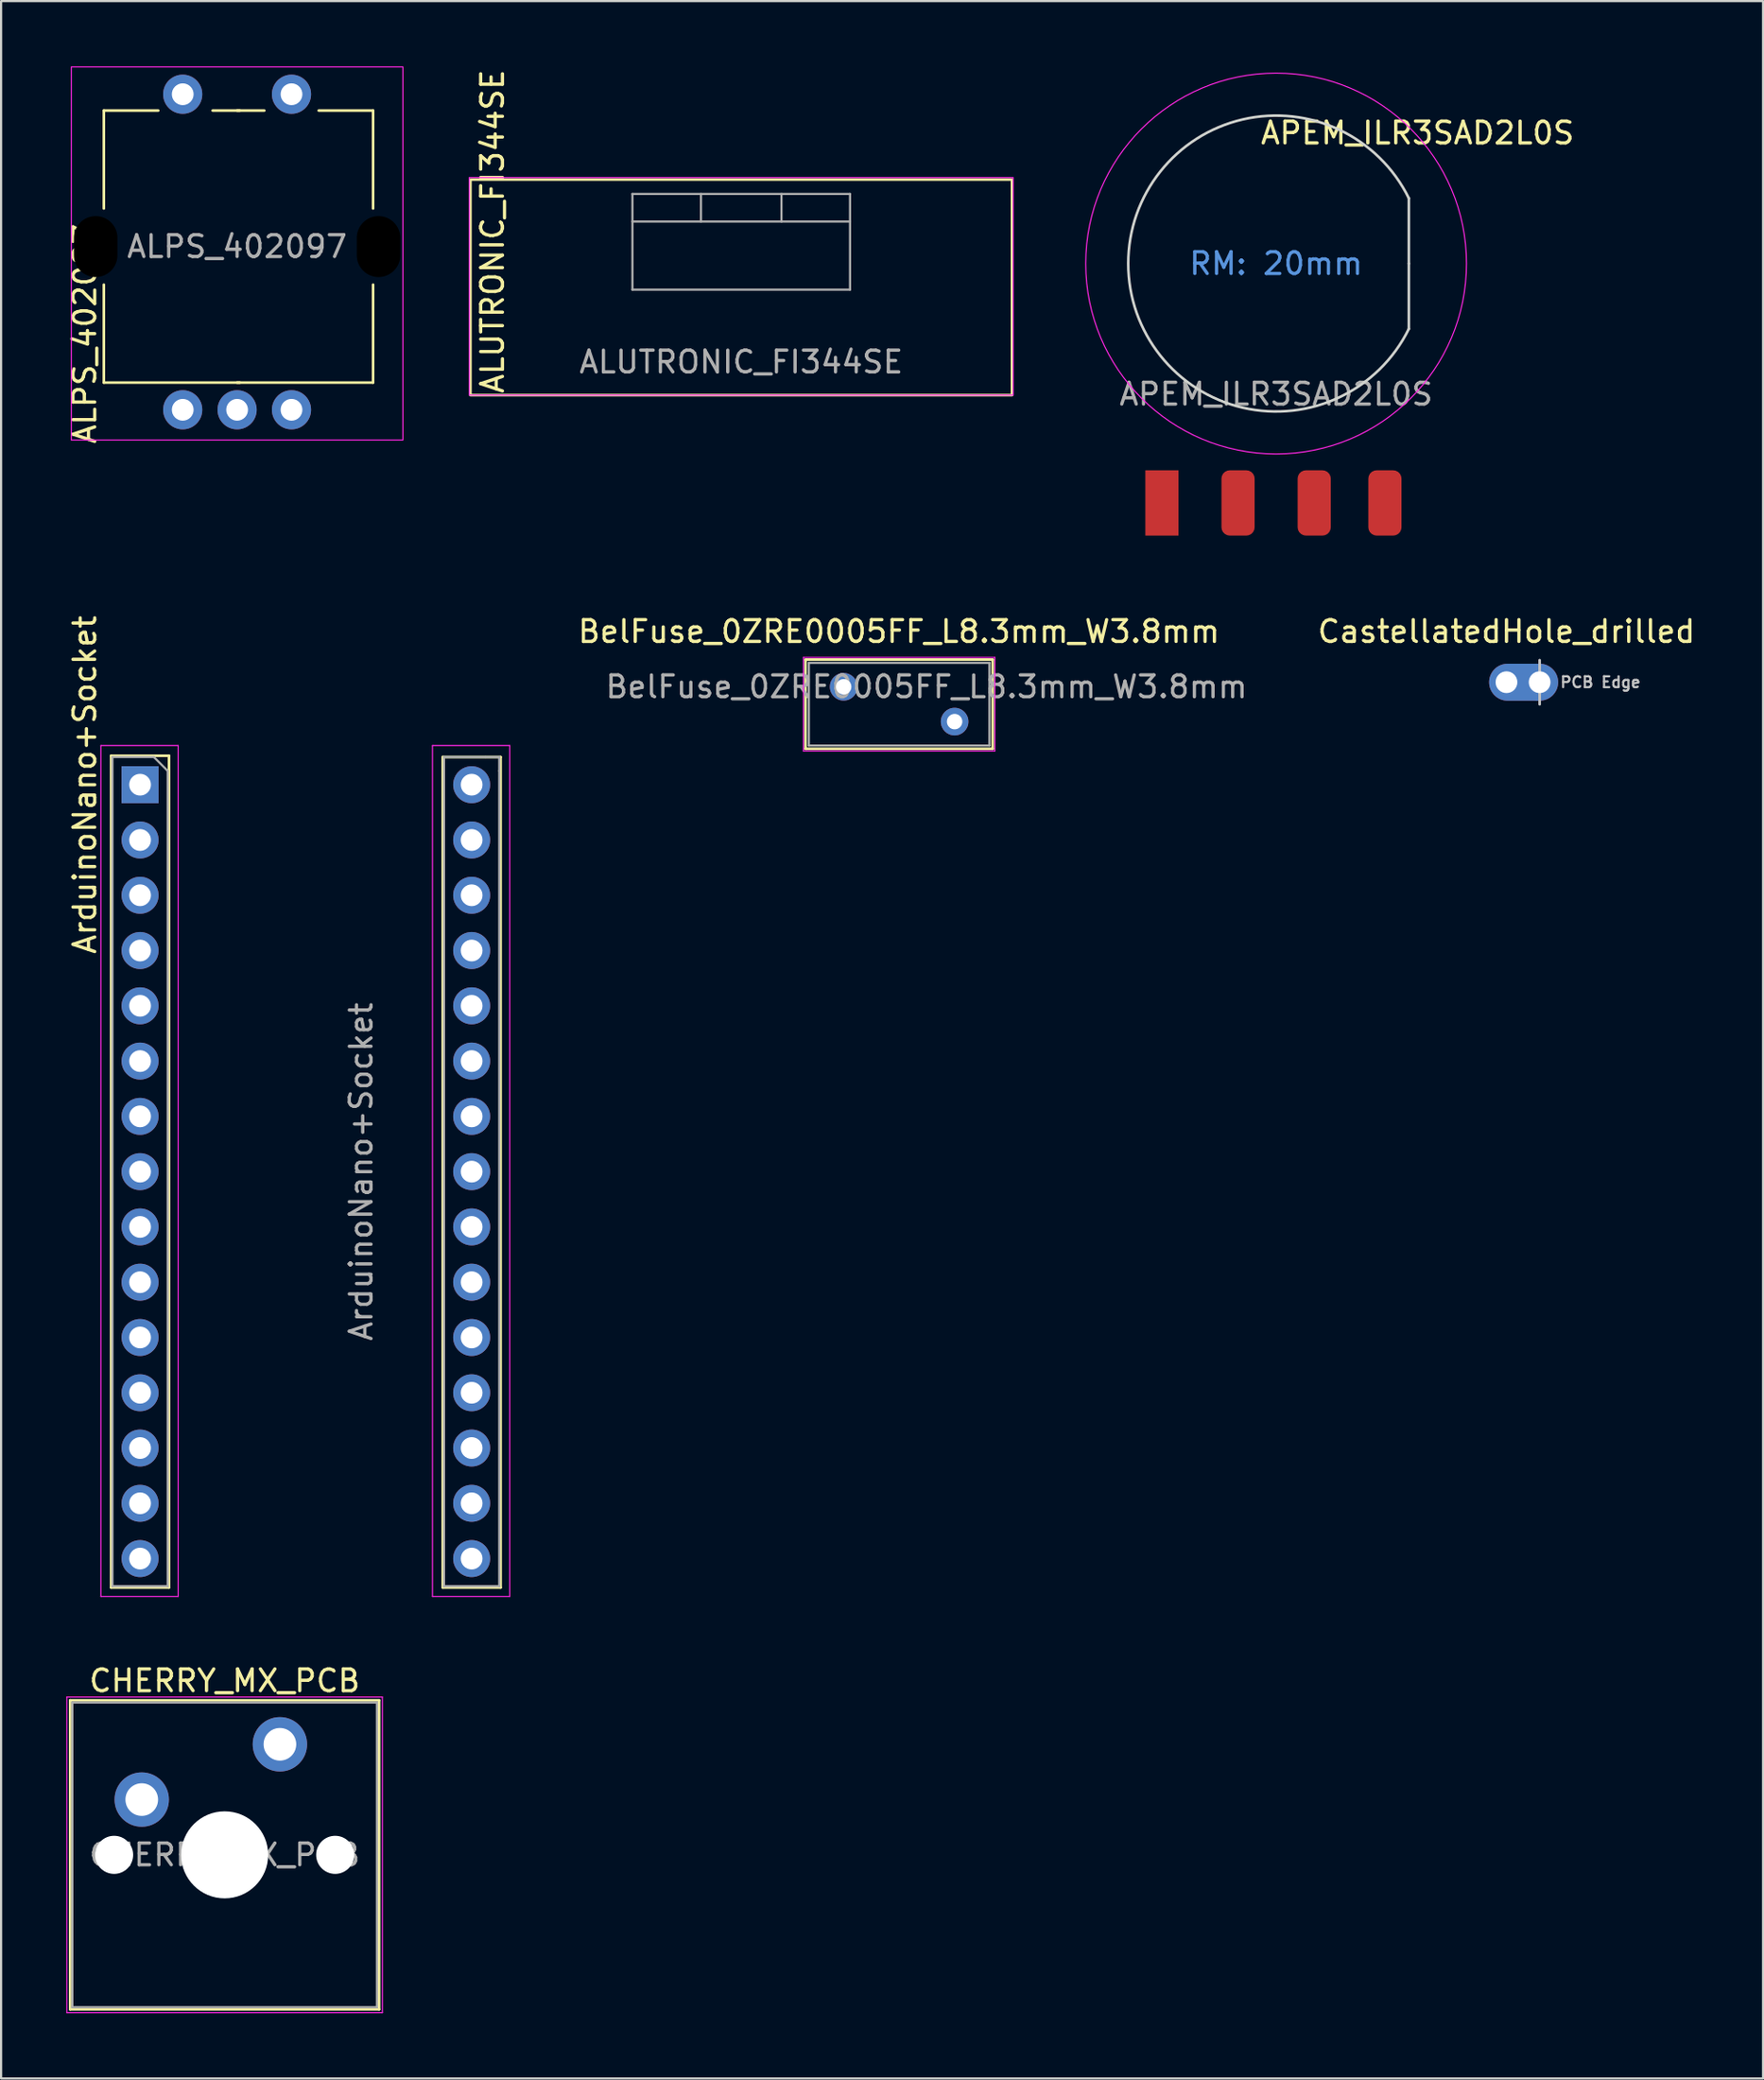
<source format=kicad_pcb>
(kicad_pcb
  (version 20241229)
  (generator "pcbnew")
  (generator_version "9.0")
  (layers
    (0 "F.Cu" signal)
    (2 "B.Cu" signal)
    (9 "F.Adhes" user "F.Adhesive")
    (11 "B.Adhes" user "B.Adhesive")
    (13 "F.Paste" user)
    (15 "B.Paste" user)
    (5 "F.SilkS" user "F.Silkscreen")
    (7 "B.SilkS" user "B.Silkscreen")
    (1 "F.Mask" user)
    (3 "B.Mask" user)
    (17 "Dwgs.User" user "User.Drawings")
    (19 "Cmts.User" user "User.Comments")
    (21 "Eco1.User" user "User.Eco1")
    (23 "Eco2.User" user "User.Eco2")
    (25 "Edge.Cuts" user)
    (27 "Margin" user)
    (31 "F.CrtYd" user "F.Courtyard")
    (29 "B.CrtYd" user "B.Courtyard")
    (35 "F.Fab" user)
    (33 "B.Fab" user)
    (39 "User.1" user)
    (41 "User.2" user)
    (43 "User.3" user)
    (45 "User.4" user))
  (footprint "ALUTRONIC_FI344SE"
    (layer "F.Cu")
    (at 31.072 8.757)
    (property "Reference" "ALUTRONIC_FI344SE" (at -11.484 6.35 90) (layer "F.SilkS") (effects (font (size 1 1) (thickness 0.15)) (justify left)))
    (attr through_hole)
    (fp_rect (start -12.5 -3.556) (end 12.392 6.35) (stroke (width 0.12) (type default)) (fill no) (layer "F.SilkS"))
    (fp_rect (start -12.554 -3.65) (end 12.446 6.35) (stroke (width 0.05) (type default)) (fill no) (layer "F.CrtYd"))
    (fp_line (start -5.054 -2.896) (end -5.054 1.504) (stroke (width 0.1) (type solid)) (layer "F.Fab"))
    (fp_line (start -5.054 -1.626) (end 4.946 -1.626) (stroke (width 0.1) (type solid)) (layer "F.Fab"))
    (fp_line (start -5.054 1.504) (end 4.946 1.504) (stroke (width 0.1) (type solid)) (layer "F.Fab"))
    (fp_line (start -1.904 -2.896) (end -1.904 -1.626) (stroke (width 0.1) (type solid)) (layer "F.Fab"))
    (fp_line (start 1.796 -2.896) (end 1.796 -1.626) (stroke (width 0.1) (type solid)) (layer "F.Fab"))
    (fp_line (start 4.946 -2.896) (end -5.054 -2.896) (stroke (width 0.1) (type solid)) (layer "F.Fab"))
    (fp_line (start 4.946 1.504) (end 4.946 -2.896) (stroke (width 0.1) (type solid)) (layer "F.Fab"))
    (fp_text user "${REFERENCE}" (at -0.054 4.826 0) (layer "F.Fab") (effects (font (size 1 1) (thickness 0.15)))))
  (footprint "ALPS_402097"
    (layer "F.Cu")
    (at 7.848 8.28)
    (property "Reference" "ALPS_402097" (at -7 4 90) (unlocked yes) (layer "F.SilkS") (effects (font (size 1 1) (thickness 0.15))))
    (attr through_hole)
    (fp_line (start -6.125 -6.25) (end -6.125 -1.75) (stroke (width 0.12) (type solid)) (layer "F.SilkS"))
    (fp_line (start -6.125 1.75) (end -6.125 6.25) (stroke (width 0.12) (type solid)) (layer "F.SilkS"))
    (fp_line (start -6.125 6.25) (end 0.125 6.25) (stroke (width 0.12) (type solid)) (layer "F.SilkS"))
    (fp_line (start -3.625 -6.25) (end -6.125 -6.25) (stroke (width 0.12) (type solid)) (layer "F.SilkS"))
    (fp_line (start -1.125 -6.25) (end 0.125 -6.25) (stroke (width 0.12) (type solid)) (layer "F.SilkS"))
    (fp_line (start 1.25 -6.25) (end 0 -6.25) (stroke (width 0.12) (type solid)) (layer "F.SilkS"))
    (fp_line (start 3.75 -6.25) (end 6.25 -6.25) (stroke (width 0.12) (type solid)) (layer "F.SilkS"))
    (fp_line (start 6.25 -6.25) (end 6.25 -1.75) (stroke (width 0.12) (type solid)) (layer "F.SilkS"))
    (fp_line (start 6.25 1.75) (end 6.25 6.25) (stroke (width 0.12) (type solid)) (layer "F.SilkS"))
    (fp_line (start 6.25 6.25) (end 0 6.25) (stroke (width 0.12) (type solid)) (layer "F.SilkS"))
    (fp_rect (start -7.62 -8.255) (end 7.62 8.89) (stroke (width 0.05) (type solid)) (fill no) (layer "F.CrtYd"))
    (fp_text user "${REFERENCE}" (at 0 0 0) (unlocked yes) (layer "F.Fab") (effects (font (size 1 1) (thickness 0.15))))
    (pad "" np_thru_hole oval (at -6.5 0) (size 2 2.8) (drill oval 2 2.8) (layers "*.Mask"))
    (pad "" np_thru_hole oval (at 6.5 0) (size 2 2.8) (drill oval 2 2.8) (layers "*.Mask"))
    (pad "A" thru_hole circle (at -2.5 7.5) (size 1.8 1.8) (drill 1) (layers "*.Cu" "*.Mask"))
    (pad "B" thru_hole circle (at 2.5 7.5) (size 1.8 1.8) (drill 1) (layers "*.Cu" "*.Mask"))
    (pad "C" thru_hole circle (at 0 7.5) (size 1.8 1.8) (drill 1) (layers "*.Cu" "*.Mask"))
    (pad "S1" thru_hole circle (at -2.5 -7) (size 1.8 1.8) (drill 1) (layers "*.Cu" "*.Mask"))
    (pad "S2" thru_hole circle (at 2.5 -7) (size 1.8 1.8) (drill 1) (layers "*.Cu" "*.Mask")))
  (footprint "CastellatedHole_drilled"
    (layer "F.Cu")
    (at 66.191 28.298)
    (property "Reference" "CastellatedHole_drilled" (at 0 -2.33 0) (layer "F.SilkS") (effects (font (size 1 1) (thickness 0.15))))
    (attr through_hole)
    (fp_line (start 1.524 -1.016) (end 1.524 1.016) (stroke (width 0.12) (type solid)) (layer "Dwgs.User"))
    (fp_text user "PCB Edge" (at 4.318 0 180) (layer "Dwgs.User") (effects (font (size 0.5 0.5) (thickness 0.1))))
    (pad "1" thru_hole oval (at 0 0 90) (size 1.7 3) (drill 1 (offset 0 0.7)) (layers "*.Cu" "*.Mask"))
    (pad "1" thru_hole oval (at 1.524 0 90) (size 1.7 1.7) (drill 1) (layers "*.Cu" "*.Mask")))
  (footprint "BelFuse_0ZRE0005FF_L8.3mm_W3.8mm"
    (layer "F.Cu")
    (at 35.726 28.508)
    (property "Reference" "BelFuse_0ZRE0005FF_L8.3mm_W3.8mm" (at 2.54 -2.54 0) (layer "F.SilkS") (effects (font (size 1 1) (thickness 0.15))))
    (attr through_hole)
    (fp_line (start -1.75 -1.25) (end -1.75 2.85) (stroke (width 0.12) (type solid)) (layer "F.SilkS"))
    (fp_line (start -1.75 -1.25) (end 6.85 -1.25) (stroke (width 0.12) (type solid)) (layer "F.SilkS"))
    (fp_line (start -1.75 2.85) (end 6.85 2.85) (stroke (width 0.12) (type solid)) (layer "F.SilkS"))
    (fp_line (start 6.85 -1.25) (end 6.85 2.85) (stroke (width 0.12) (type solid)) (layer "F.SilkS"))
    (fp_line (start -1.85 -1.35) (end -1.85 2.95) (stroke (width 0.05) (type solid)) (layer "F.CrtYd"))
    (fp_line (start -1.85 -1.35) (end 6.95 -1.35) (stroke (width 0.05) (type solid)) (layer "F.CrtYd"))
    (fp_line (start -1.85 2.95) (end 6.95 2.95) (stroke (width 0.05) (type solid)) (layer "F.CrtYd"))
    (fp_line (start 6.95 -1.35) (end 6.95 2.95) (stroke (width 0.05) (type solid)) (layer "F.CrtYd"))
    (fp_line (start -1.6 -1.1) (end -1.6 2.7) (stroke (width 0.1) (type solid)) (layer "F.Fab"))
    (fp_line (start -1.6 -1.1) (end 6.7 -1.1) (stroke (width 0.1) (type solid)) (layer "F.Fab"))
    (fp_line (start -1.6 2.7) (end 6.7 2.7) (stroke (width 0.1) (type solid)) (layer "F.Fab"))
    (fp_line (start 6.7 -1.1) (end 6.7 2.7) (stroke (width 0.1) (type solid)) (layer "F.Fab"))
    (fp_text user "${REFERENCE}" (at 3.81 0 0) (layer "F.Fab") (effects (font (size 1 1) (thickness 0.15))))
    (pad "1" thru_hole circle (at 0 0) (size 1.27 1.27) (drill 0.71) (layers "*.Cu" "*.Mask"))
    (pad "2" thru_hole circle (at 5.1 1.6) (size 1.27 1.27) (drill 0.71) (layers "*.Cu" "*.Mask")))
  (footprint "APEM_ILR3SAD2L0S"
    (layer "F.Cu")
    (at 55.603 9.06)
    (property "Reference" "APEM_ILR3SAD2L0S" (at 6.5 -6 0) (unlocked yes) (layer "F.SilkS") (effects (font (size 1 1) (thickness 0.15))))
    (attr smd)
    (fp_line (start 6.1 0) (end 6.1 -3) (stroke (width 0.12) (type default)) (layer "Edge.Cuts"))
    (fp_line (start 6.1 0) (end 6.1 3) (stroke (width 0.12) (type default)) (layer "Edge.Cuts"))
    (fp_arc (start 6.099999 3) (mid -6.797793 0) (end 6.099999 -3) (stroke (width 0.12) (type default)) (layer "Edge.Cuts"))
    (fp_rect (start -9 -9) (end 9 13) (stroke (width 0.12) (type default)) (fill no) (layer "Margin"))
    (fp_circle (center 0 0) (end 8.75 0) (stroke (width 0.05) (type default)) (fill no) (layer "F.CrtYd"))
    (fp_text user "RM: 20mm" (at 0 0 0) (unlocked yes) (layer "Cmts.User") (effects (font (size 1 1) (thickness 0.15))))
    (fp_text user "${REFERENCE}" (at 0 6 0) (unlocked yes) (layer "F.Fab") (effects (font (size 1 1) (thickness 0.15))))
    (pad "1" smd rect (at -5.25 11 270) (size 3 1.524) (layers "F.Cu" "F.Mask" "F.Paste"))
    (pad "2" smd roundrect (at -1.75 11 270) (size 3 1.524) (layers "F.Cu" "F.Mask" "F.Paste") (roundrect_rratio 0.25))
    (pad "3" smd roundrect (at 1.75 11 270) (size 3 1.524) (layers "F.Cu" "F.Mask" "F.Paste") (roundrect_rratio 0.25))
    (pad "4" smd roundrect (at 5 11 270) (size 3 1.524) (layers "F.Cu" "F.Mask" "F.Paste") (roundrect_rratio 0.25)))
  (footprint "CHERRY_MX_PCB"
    (layer "F.Cu")
    (at 7.275 82.18)
    (property "Reference" "CHERRY_MX_PCB" (at 0 -8 0) (layer "F.SilkS") (effects (font (size 1 1) (thickness 0.15))))
    (attr through_hole)
    (fp_line (start -7.1 -7.1) (end -7.1 7.1) (stroke (width 0.12) (type solid)) (layer "F.SilkS"))
    (fp_line (start -7.1 7.1) (end 7.1 7.1) (stroke (width 0.12) (type solid)) (layer "F.SilkS"))
    (fp_line (start 7.1 -7.1) (end -7.1 -7.1) (stroke (width 0.12) (type solid)) (layer "F.SilkS"))
    (fp_line (start 7.1 7.1) (end 7.1 -7.1) (stroke (width 0.12) (type solid)) (layer "F.SilkS"))
    (fp_line (start -7 -7) (end -7 7) (stroke (width 0.1) (type solid)) (layer "Eco1.User"))
    (fp_line (start -7 7) (end 7 7) (stroke (width 0.1) (type solid)) (layer "Eco1.User"))
    (fp_line (start 7 -7) (end -7 -7) (stroke (width 0.1) (type solid)) (layer "Eco1.User"))
    (fp_line (start 7 7) (end 7 -7) (stroke (width 0.1) (type solid)) (layer "Eco1.User"))
    (fp_line (start -7.25 -7.25) (end -7.25 7.25) (stroke (width 0.05) (type solid)) (layer "F.CrtYd"))
    (fp_line (start -7.25 7.25) (end 7.25 7.25) (stroke (width 0.05) (type solid)) (layer "F.CrtYd"))
    (fp_line (start 7.25 -7.25) (end -7.25 -7.25) (stroke (width 0.05) (type solid)) (layer "F.CrtYd"))
    (fp_line (start 7.25 7.25) (end 7.25 -7.25) (stroke (width 0.05) (type solid)) (layer "F.CrtYd"))
    (fp_line (start -7 -7) (end -7 7) (stroke (width 0.1) (type solid)) (layer "F.Fab"))
    (fp_line (start -7 7) (end 7 7) (stroke (width 0.1) (type solid)) (layer "F.Fab"))
    (fp_line (start 7 -7) (end -7 -7) (stroke (width 0.1) (type solid)) (layer "F.Fab"))
    (fp_line (start 7 7) (end 7 -7) (stroke (width 0.1) (type solid)) (layer "F.Fab"))
    (fp_text user "${REFERENCE}" (at 0 0 0) (layer "F.Fab") (effects (font (size 1 1) (thickness 0.15))))
    (pad "" np_thru_hole circle (at -5.08 0) (size 1.75 1.75) (drill 1.75) (layers "*.Cu" "*.Mask"))
    (pad "" smd circle (at -3.81 -2.54) (size 1.55 1.55) (layers "F.Mask"))
    (pad "" np_thru_hole circle (at 0 0) (size 4 4) (drill 4) (layers "*.Cu" "*.Mask"))
    (pad "" smd circle (at 2.54 -5.08) (size 1.55 1.55) (layers "F.Mask"))
    (pad "" np_thru_hole circle (at 5.08 0) (size 1.75 1.75) (drill 1.75) (layers "*.Cu" "*.Mask"))
    (pad "1" thru_hole circle (at -3.81 -2.54) (size 2.5 2.5) (drill 1.5) (layers "*.Cu" "B.Mask"))
    (pad "2" thru_hole circle (at 2.54 -5.08) (size 2.5 2.5) (drill 1.5) (layers "*.Cu" "B.Mask")))
  (footprint "ArduinoNano+Socket"
    (layer "F.Cu")
    (at 11.008 50.787)
    (property "Reference" "ArduinoNano+Socket" (at -10.16 -17.78 90) (layer "F.SilkS") (effects (font (size 1 1) (thickness 0.15))))
    (attr through_hole)
    (fp_line (start -8.95 -19.11) (end -8.95 19.11) (stroke (width 0.12) (type solid)) (layer "F.SilkS"))
    (fp_line (start -8.95 -19.11) (end -6.29 -19.11) (stroke (width 0.12) (type solid)) (layer "F.SilkS"))
    (fp_line (start -8.95 19.11) (end -6.29 19.11) (stroke (width 0.12) (type solid)) (layer "F.SilkS"))
    (fp_line (start -6.29 -19.11) (end -6.29 19.11) (stroke (width 0.12) (type solid)) (layer "F.SilkS"))
    (fp_line (start 6.29 -19.05) (end 6.29 19.11) (stroke (width 0.12) (type solid)) (layer "F.SilkS"))
    (fp_line (start 6.29 -19.05) (end 8.95 -19.05) (stroke (width 0.12) (type solid)) (layer "F.SilkS"))
    (fp_line (start 6.29 19.11) (end 8.95 19.11) (stroke (width 0.12) (type solid)) (layer "F.SilkS"))
    (fp_line (start 8.95 -19.05) (end 8.95 19.11) (stroke (width 0.12) (type solid)) (layer "F.SilkS"))
    (fp_line (start -9.42 -19.58) (end -5.87 -19.58) (stroke (width 0.05) (type solid)) (layer "F.CrtYd"))
    (fp_line (start -9.42 19.52) (end -9.42 -19.58) (stroke (width 0.05) (type solid)) (layer "F.CrtYd"))
    (fp_line (start -5.87 -19.58) (end -5.87 19.52) (stroke (width 0.05) (type solid)) (layer "F.CrtYd"))
    (fp_line (start -5.87 19.52) (end -9.42 19.52) (stroke (width 0.05) (type solid)) (layer "F.CrtYd"))
    (fp_line (start 5.82 -19.58) (end 9.37 -19.58) (stroke (width 0.05) (type solid)) (layer "F.CrtYd"))
    (fp_line (start 5.82 19.52) (end 5.82 -19.58) (stroke (width 0.05) (type solid)) (layer "F.CrtYd"))
    (fp_line (start 9.37 -19.58) (end 9.37 19.52) (stroke (width 0.05) (type solid)) (layer "F.CrtYd"))
    (fp_line (start 9.37 19.52) (end 5.82 19.52) (stroke (width 0.05) (type solid)) (layer "F.CrtYd"))
    (fp_line (start -8.89 -19.05) (end -6.985 -19.05) (stroke (width 0.1) (type solid)) (layer "F.Fab"))
    (fp_line (start -8.89 19.05) (end -8.89 -19.05) (stroke (width 0.1) (type solid)) (layer "F.Fab"))
    (fp_line (start -6.985 -19.05) (end -6.35 -18.415) (stroke (width 0.1) (type solid)) (layer "F.Fab"))
    (fp_line (start -6.35 -18.415) (end -6.35 19.05) (stroke (width 0.1) (type solid)) (layer "F.Fab"))
    (fp_line (start -6.35 19.05) (end -8.89 19.05) (stroke (width 0.1) (type solid)) (layer "F.Fab"))
    (fp_line (start 6.35 -19.05) (end 8.255 -19.05) (stroke (width 0.1) (type solid)) (layer "F.Fab"))
    (fp_line (start 6.35 19.05) (end 6.35 -19.05) (stroke (width 0.1) (type solid)) (layer "F.Fab"))
    (fp_line (start 8.255 -19.05) (end 8.89 -19.05) (stroke (width 0.1) (type solid)) (layer "F.Fab"))
    (fp_line (start 8.89 -19.05) (end 8.89 -18.415) (stroke (width 0.1) (type solid)) (layer "F.Fab"))
    (fp_line (start 8.89 -18.415) (end 8.89 19.05) (stroke (width 0.1) (type solid)) (layer "F.Fab"))
    (fp_line (start 8.89 19.05) (end 6.35 19.05) (stroke (width 0.1) (type solid)) (layer "F.Fab"))
    (fp_text user "${REFERENCE}" (at 2.54 0 90) (layer "F.Fab") (effects (font (size 1 1) (thickness 0.15))))
    (pad "1" thru_hole rect (at -7.62 -17.78) (size 1.7 1.7) (drill 1) (layers "*.Cu" "*.Mask"))
    (pad "2" thru_hole oval (at -7.62 -15.24) (size 1.7 1.7) (drill 1) (layers "*.Cu" "*.Mask"))
    (pad "3" thru_hole oval (at -7.62 -12.7) (size 1.7 1.7) (drill 1) (layers "*.Cu" "*.Mask"))
    (pad "4" thru_hole oval (at -7.62 -10.16) (size 1.7 1.7) (drill 1) (layers "*.Cu" "*.Mask"))
    (pad "5" thru_hole oval (at -7.62 -7.62) (size 1.7 1.7) (drill 1) (layers "*.Cu" "*.Mask"))
    (pad "6" thru_hole oval (at -7.62 -5.08) (size 1.7 1.7) (drill 1) (layers "*.Cu" "*.Mask"))
    (pad "7" thru_hole oval (at -7.62 -2.54) (size 1.7 1.7) (drill 1) (layers "*.Cu" "*.Mask"))
    (pad "8" thru_hole oval (at -7.62 0) (size 1.7 1.7) (drill 1) (layers "*.Cu" "*.Mask"))
    (pad "9" thru_hole oval (at -7.62 2.54) (size 1.7 1.7) (drill 1) (layers "*.Cu" "*.Mask"))
    (pad "10" thru_hole oval (at -7.62 5.08) (size 1.7 1.7) (drill 1) (layers "*.Cu" "*.Mask"))
    (pad "11" thru_hole oval (at -7.62 7.62) (size 1.7 1.7) (drill 1) (layers "*.Cu" "*.Mask"))
    (pad "12" thru_hole oval (at -7.62 10.16) (size 1.7 1.7) (drill 1) (layers "*.Cu" "*.Mask"))
    (pad "13" thru_hole oval (at -7.62 12.7) (size 1.7 1.7) (drill 1) (layers "*.Cu" "*.Mask"))
    (pad "14" thru_hole oval (at -7.62 15.24) (size 1.7 1.7) (drill 1) (layers "*.Cu" "*.Mask"))
    (pad "15" thru_hole oval (at -7.62 17.78) (size 1.7 1.7) (drill 1) (layers "*.Cu" "*.Mask"))
    (pad "16" thru_hole oval (at 7.62 17.78) (size 1.7 1.7) (drill 1) (layers "*.Cu" "*.Mask"))
    (pad "17" thru_hole oval (at 7.62 15.24) (size 1.7 1.7) (drill 1) (layers "*.Cu" "*.Mask"))
    (pad "18" thru_hole oval (at 7.62 12.7) (size 1.7 1.7) (drill 1) (layers "*.Cu" "*.Mask"))
    (pad "19" thru_hole oval (at 7.62 10.16) (size 1.7 1.7) (drill 1) (layers "*.Cu" "*.Mask"))
    (pad "20" thru_hole oval (at 7.62 7.62) (size 1.7 1.7) (drill 1) (layers "*.Cu" "*.Mask"))
    (pad "21" thru_hole oval (at 7.62 5.08) (size 1.7 1.7) (drill 1) (layers "*.Cu" "*.Mask"))
    (pad "22" thru_hole oval (at 7.62 2.54) (size 1.7 1.7) (drill 1) (layers "*.Cu" "*.Mask"))
    (pad "23" thru_hole oval (at 7.62 0) (size 1.7 1.7) (drill 1) (layers "*.Cu" "*.Mask"))
    (pad "24" thru_hole oval (at 7.62 -2.54) (size 1.7 1.7) (drill 1) (layers "*.Cu" "*.Mask"))
    (pad "25" thru_hole oval (at 7.62 -5.08) (size 1.7 1.7) (drill 1) (layers "*.Cu" "*.Mask"))
    (pad "26" thru_hole oval (at 7.62 -7.62) (size 1.7 1.7) (drill 1) (layers "*.Cu" "*.Mask"))
    (pad "27" thru_hole oval (at 7.62 -10.16) (size 1.7 1.7) (drill 1) (layers "*.Cu" "*.Mask"))
    (pad "28" thru_hole oval (at 7.62 -12.7) (size 1.7 1.7) (drill 1) (layers "*.Cu" "*.Mask"))
    (pad "29" thru_hole oval (at 7.62 -15.24) (size 1.7 1.7) (drill 1) (layers "*.Cu" "*.Mask"))
    (pad "30" thru_hole circle (at 7.62 -17.78) (size 1.7 1.7) (drill 1) (layers "*.Cu" "*.Mask")))
  (gr_rect
    (start -3 -3)
    (end 77.983 92.455)
    (stroke (width 0.1) (type default))
    (fill no)
    (layer "Edge.Cuts")))
</source>
